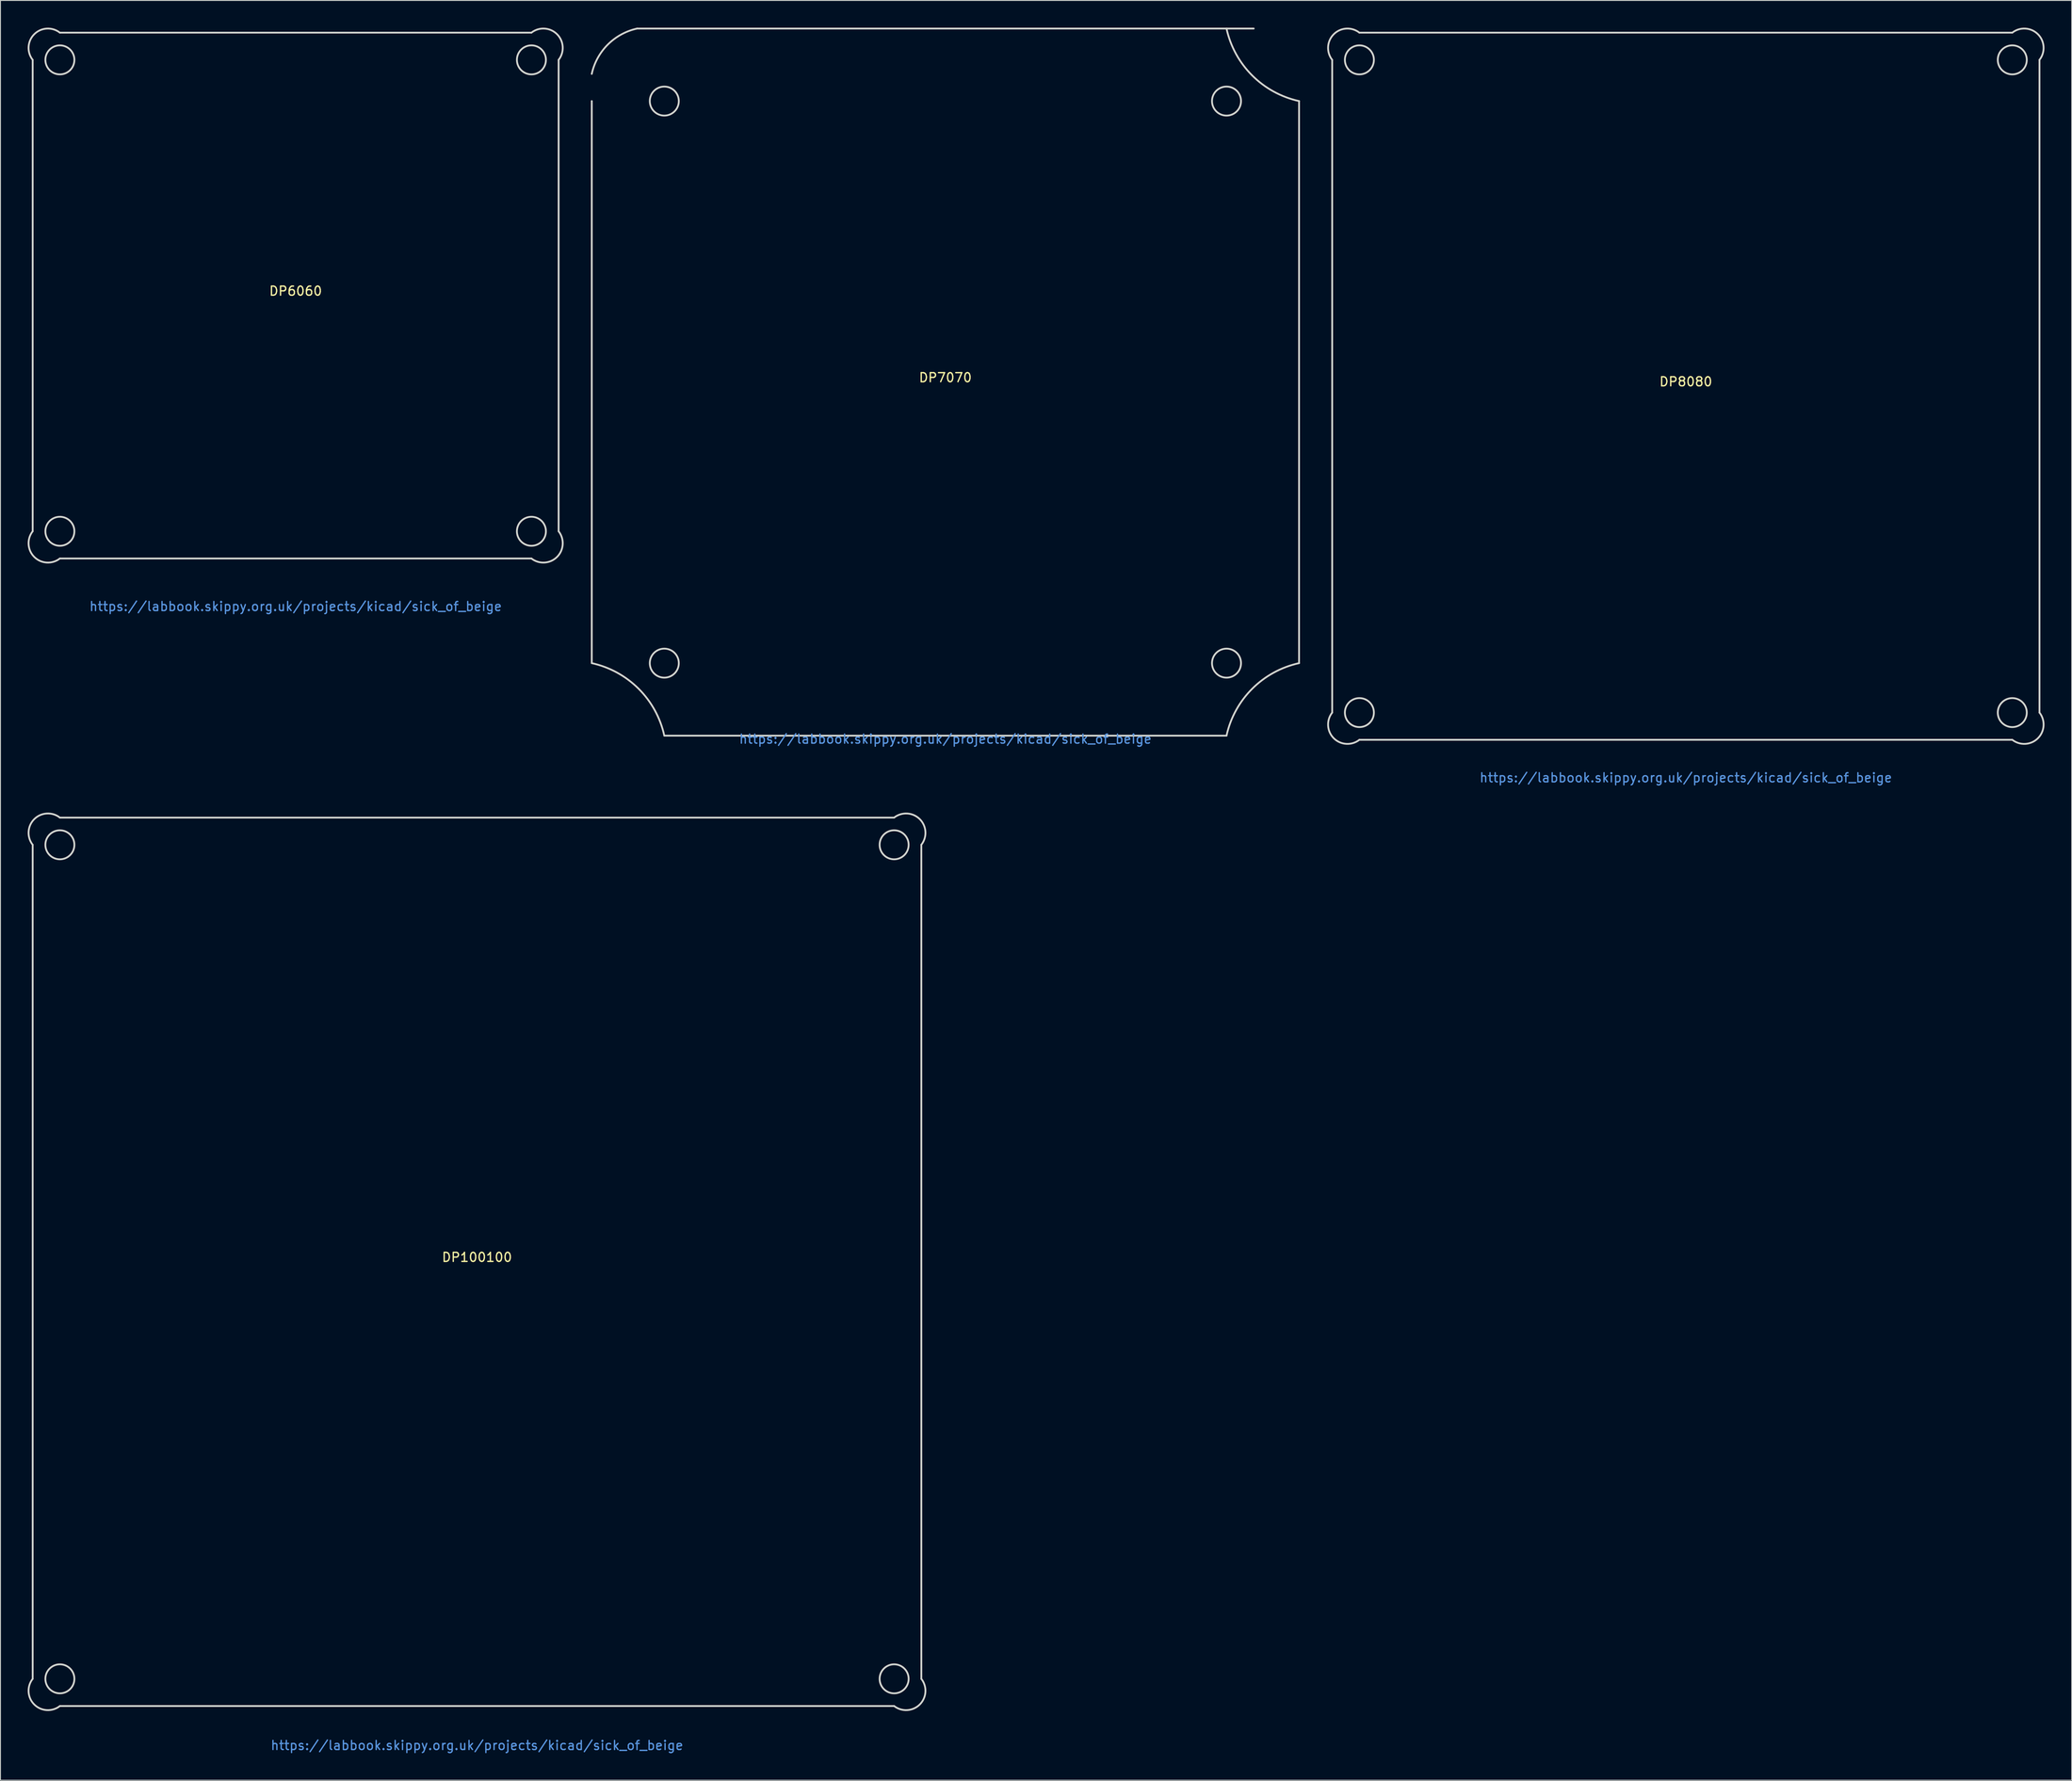
<source format=kicad_pcb>
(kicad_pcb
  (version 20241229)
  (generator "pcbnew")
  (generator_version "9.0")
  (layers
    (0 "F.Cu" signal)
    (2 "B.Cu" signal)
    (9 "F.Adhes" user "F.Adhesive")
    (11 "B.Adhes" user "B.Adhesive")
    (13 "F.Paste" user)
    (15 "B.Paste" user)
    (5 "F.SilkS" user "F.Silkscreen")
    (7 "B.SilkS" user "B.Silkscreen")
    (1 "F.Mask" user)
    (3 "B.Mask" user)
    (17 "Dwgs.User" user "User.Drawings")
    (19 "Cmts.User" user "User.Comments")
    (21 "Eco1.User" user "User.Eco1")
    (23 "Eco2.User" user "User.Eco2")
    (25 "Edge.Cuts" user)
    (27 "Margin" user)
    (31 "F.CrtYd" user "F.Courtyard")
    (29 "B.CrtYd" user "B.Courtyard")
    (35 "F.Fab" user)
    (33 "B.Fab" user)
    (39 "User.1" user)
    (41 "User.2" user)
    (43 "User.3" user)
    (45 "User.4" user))
  (footprint "DP8080"
    (layer "F.Cu")
    (at 182.863 39.554)
    (property "Reference" "DP8080" (at 0 -0.5 0) (unlocked yes) (layer "F.SilkS") (effects (font (size 1 1) (thickness 0.15))))
    (fp_line (start -39 36) (end -39 -36) (stroke (width 0.2) (type solid)) (layer "Edge.Cuts"))
    (fp_line (start -36 -39) (end 36 -39) (stroke (width 0.2) (type solid)) (layer "Edge.Cuts"))
    (fp_line (start 36 39) (end -36 39) (stroke (width 0.2) (type solid)) (layer "Edge.Cuts"))
    (fp_line (start 39 -36) (end 39 36) (stroke (width 0.2) (type solid)) (layer "Edge.Cuts"))
    (fp_arc (start -39 -36) (mid -38.828427 -38.828427) (end -36 -39) (stroke (width 0.2) (type solid)) (layer "Edge.Cuts"))
    (fp_arc (start -36 39) (mid -38.828427 38.828427) (end -39 36) (stroke (width 0.2) (type solid)) (layer "Edge.Cuts"))
    (fp_arc (start 36 -39) (mid 38.828427 -38.828427) (end 39 -36) (stroke (width 0.2) (type solid)) (layer "Edge.Cuts"))
    (fp_arc (start 39 36) (mid 38.828427 38.828427) (end 36 39) (stroke (width 0.2) (type solid)) (layer "Edge.Cuts"))
    (fp_circle (center -36 -36) (end -34.4 -36) (stroke (width 0.2) (type solid)) (fill no) (layer "Edge.Cuts"))
    (fp_circle (center -36 36) (end -34.4 36) (stroke (width 0.2) (type solid)) (fill no) (layer "Edge.Cuts"))
    (fp_circle (center 36 -36) (end 37.6 -36) (stroke (width 0.2) (type solid)) (fill no) (layer "Edge.Cuts"))
    (fp_circle (center 36 36) (end 37.6 36) (stroke (width 0.2) (type solid)) (fill no) (layer "Edge.Cuts"))
    (fp_text user "https://labbook.skippy.org.uk/projects/kicad/sick_of_beige" (at 0 43.18 0) (unlocked yes) (layer "Cmts.User") (effects (font (size 1 1) (thickness 0.15)))))
  (footprint "DP7070"
    (layer "F.Cu")
    (at 101.209 39.1)
    (property "Reference" "DP7070" (at 0 -0.5 0) (unlocked yes) (layer "F.SilkS") (effects (font (size 1 1) (thickness 0.15))))
    (fp_line (start -39 31) (end -39 -31) (stroke (width 0.2) (type solid)) (layer "Edge.Cuts"))
    (fp_line (start -34 -39) (end 34 -39) (stroke (width 0.2) (type solid)) (layer "Edge.Cuts"))
    (fp_line (start 31 39) (end -31 39) (stroke (width 0.2) (type solid)) (layer "Edge.Cuts"))
    (fp_line (start 39 -31) (end 39 31) (stroke (width 0.2) (type solid)) (layer "Edge.Cuts"))
    (fp_arc (start -39 -34) (mid -37.232233 -37.232233) (end -34 -39) (stroke (width 0.2) (type solid)) (layer "Edge.Cuts"))
    (fp_arc (start -39 31) (mid -33.828427 33.828427) (end -31 39) (stroke (width 0.2) (type solid)) (layer "Edge.Cuts"))
    (fp_arc (start 31 39) (mid 33.828427 33.828427) (end 39 31) (stroke (width 0.2) (type solid)) (layer "Edge.Cuts"))
    (fp_arc (start 39 -31) (mid 33.828427 -33.828427) (end 31 -39) (stroke (width 0.2) (type solid)) (layer "Edge.Cuts"))
    (fp_circle (center -31 -31) (end -29.4 -31) (stroke (width 0.2) (type solid)) (fill no) (layer "Edge.Cuts"))
    (fp_circle (center -31 31) (end -29.4 31) (stroke (width 0.2) (type solid)) (fill no) (layer "Edge.Cuts"))
    (fp_circle (center 31 -31) (end 32.6 -31) (stroke (width 0.2) (type solid)) (fill no) (layer "Edge.Cuts"))
    (fp_circle (center 31 31) (end 32.6 31) (stroke (width 0.2) (type solid)) (fill no) (layer "Edge.Cuts"))
    (fp_text user "https://labbook.skippy.org.uk/projects/kicad/sick_of_beige" (at 0 39.37 0) (unlocked yes) (layer "Cmts.User") (effects (font (size 1 1) (thickness 0.15)))))
  (footprint "DP100100"
    (layer "F.Cu")
    (at 49.554 136.137)
    (property "Reference" "DP100100" (at 0 -0.5 0) (unlocked yes) (layer "F.SilkS") (effects (font (size 1 1) (thickness 0.15))))
    (fp_line (start -49 46) (end -49 -46) (stroke (width 0.2) (type solid)) (layer "Edge.Cuts"))
    (fp_line (start -46 -49) (end 46 -49) (stroke (width 0.2) (type solid)) (layer "Edge.Cuts"))
    (fp_line (start 46 49) (end -46 49) (stroke (width 0.2) (type solid)) (layer "Edge.Cuts"))
    (fp_line (start 49 -46) (end 49 46) (stroke (width 0.2) (type solid)) (layer "Edge.Cuts"))
    (fp_arc (start -49 -46) (mid -48.828427 -48.828427) (end -46 -49) (stroke (width 0.2) (type solid)) (layer "Edge.Cuts"))
    (fp_arc (start -46 49) (mid -48.828427 48.828427) (end -49 46) (stroke (width 0.2) (type solid)) (layer "Edge.Cuts"))
    (fp_arc (start 46 -49) (mid 48.828427 -48.828427) (end 49 -46) (stroke (width 0.2) (type solid)) (layer "Edge.Cuts"))
    (fp_arc (start 49 46) (mid 48.828427 48.828427) (end 46 49) (stroke (width 0.2) (type solid)) (layer "Edge.Cuts"))
    (fp_circle (center -46 -46) (end -44.4 -46) (stroke (width 0.2) (type solid)) (fill no) (layer "Edge.Cuts"))
    (fp_circle (center -46 46) (end -44.4 46) (stroke (width 0.2) (type solid)) (fill no) (layer "Edge.Cuts"))
    (fp_circle (center 46 -46) (end 47.6 -46) (stroke (width 0.2) (type solid)) (fill no) (layer "Edge.Cuts"))
    (fp_circle (center 46 46) (end 47.6 46) (stroke (width 0.2) (type solid)) (fill no) (layer "Edge.Cuts"))
    (fp_text user "https://labbook.skippy.org.uk/projects/kicad/sick_of_beige" (at 0 53.34 0) (unlocked yes) (layer "Cmts.User") (effects (font (size 1 1) (thickness 0.15)))))
  (footprint "DP6060"
    (layer "F.Cu")
    (at 29.554 29.554)
    (property "Reference" "DP6060" (at 0 -0.5 0) (unlocked yes) (layer "F.SilkS") (effects (font (size 1 1) (thickness 0.15))))
    (fp_line (start -29 26) (end -29 -26) (stroke (width 0.2) (type solid)) (layer "Edge.Cuts"))
    (fp_line (start -26 -29) (end 26 -29) (stroke (width 0.2) (type solid)) (layer "Edge.Cuts"))
    (fp_line (start 26 29) (end -26 29) (stroke (width 0.2) (type solid)) (layer "Edge.Cuts"))
    (fp_line (start 29 -26) (end 29 26) (stroke (width 0.2) (type solid)) (layer "Edge.Cuts"))
    (fp_arc (start -29 -26) (mid -28.828427 -28.828427) (end -26 -29) (stroke (width 0.2) (type solid)) (layer "Edge.Cuts"))
    (fp_arc (start -26 29) (mid -28.828427 28.828427) (end -29 26) (stroke (width 0.2) (type solid)) (layer "Edge.Cuts"))
    (fp_arc (start 26 -29) (mid 28.828427 -28.828427) (end 29 -26) (stroke (width 0.2) (type solid)) (layer "Edge.Cuts"))
    (fp_arc (start 29 26) (mid 28.828427 28.828427) (end 26 29) (stroke (width 0.2) (type solid)) (layer "Edge.Cuts"))
    (fp_circle (center -26 -26) (end -24.4 -26) (stroke (width 0.2) (type solid)) (fill no) (layer "Edge.Cuts"))
    (fp_circle (center -26 26) (end -24.4 26) (stroke (width 0.2) (type solid)) (fill no) (layer "Edge.Cuts"))
    (fp_circle (center 26 -26) (end 27.6 -26) (stroke (width 0.2) (type solid)) (fill no) (layer "Edge.Cuts"))
    (fp_circle (center 26 26) (end 27.6 26) (stroke (width 0.2) (type solid)) (fill no) (layer "Edge.Cuts"))
    (fp_text user "https://labbook.skippy.org.uk/projects/kicad/sick_of_beige" (at 0 34.29 0) (unlocked yes) (layer "Cmts.User") (effects (font (size 1 1) (thickness 0.15)))))
  (gr_rect
    (start -3 -3)
    (end 225.417 193.325)
    (stroke (width 0.1) (type default))
    (fill no)
    (layer "Edge.Cuts")))
</source>
